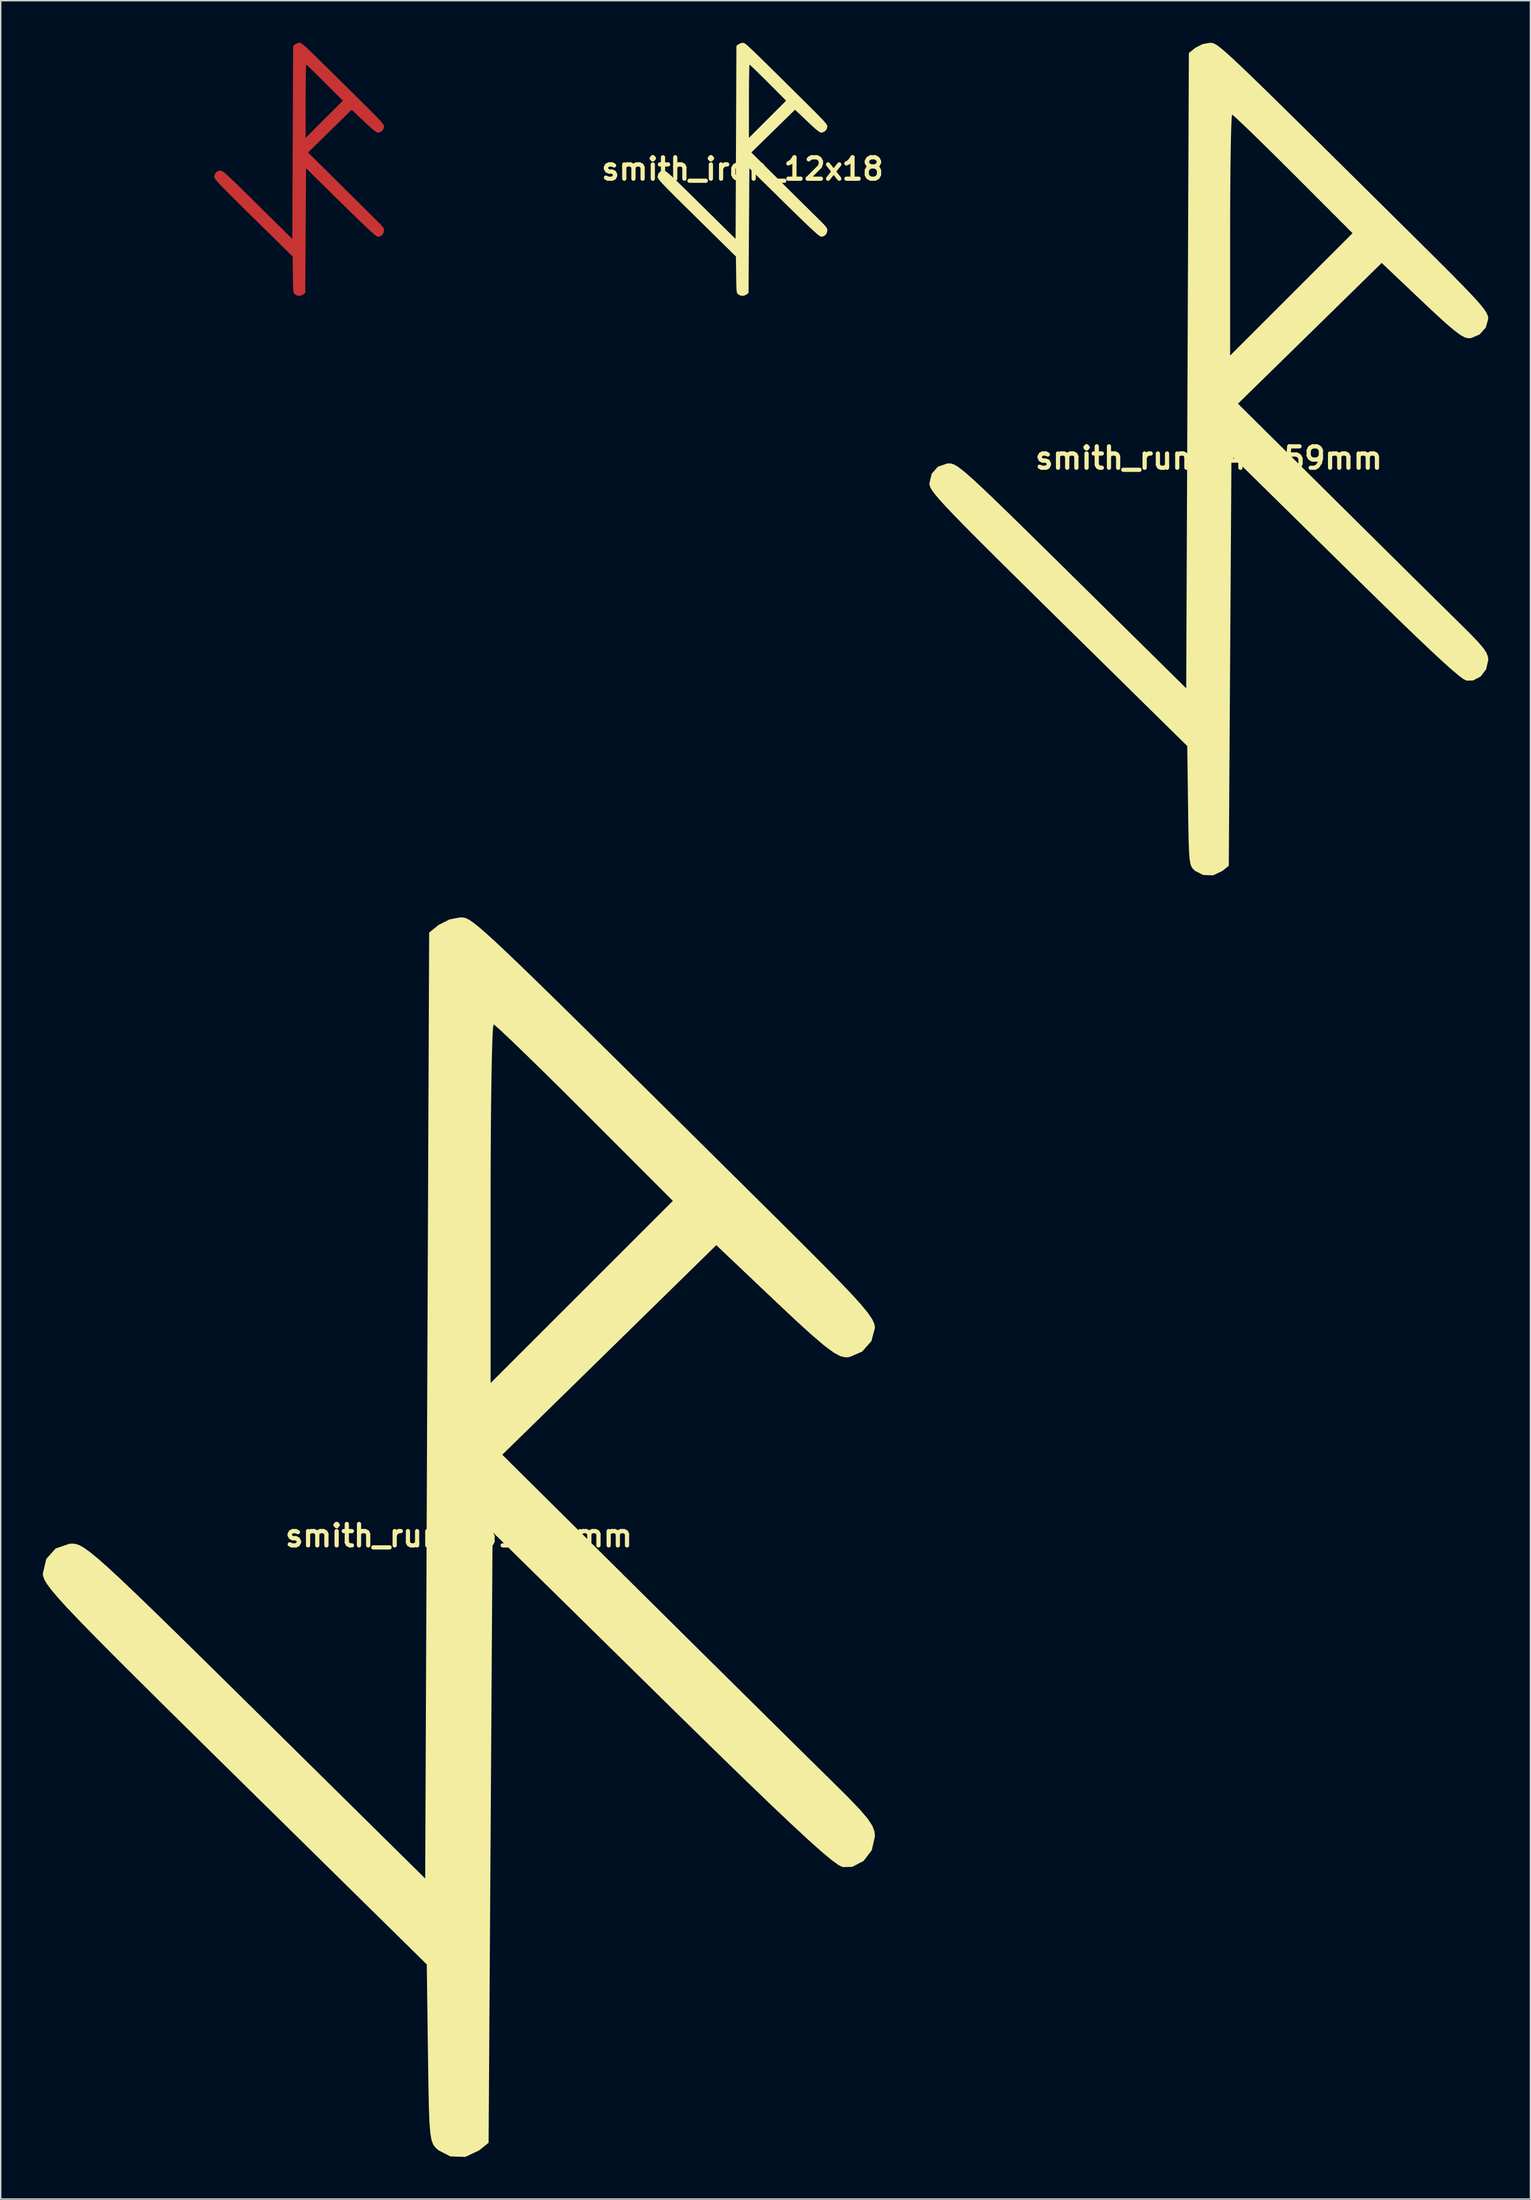
<source format=kicad_pcb>
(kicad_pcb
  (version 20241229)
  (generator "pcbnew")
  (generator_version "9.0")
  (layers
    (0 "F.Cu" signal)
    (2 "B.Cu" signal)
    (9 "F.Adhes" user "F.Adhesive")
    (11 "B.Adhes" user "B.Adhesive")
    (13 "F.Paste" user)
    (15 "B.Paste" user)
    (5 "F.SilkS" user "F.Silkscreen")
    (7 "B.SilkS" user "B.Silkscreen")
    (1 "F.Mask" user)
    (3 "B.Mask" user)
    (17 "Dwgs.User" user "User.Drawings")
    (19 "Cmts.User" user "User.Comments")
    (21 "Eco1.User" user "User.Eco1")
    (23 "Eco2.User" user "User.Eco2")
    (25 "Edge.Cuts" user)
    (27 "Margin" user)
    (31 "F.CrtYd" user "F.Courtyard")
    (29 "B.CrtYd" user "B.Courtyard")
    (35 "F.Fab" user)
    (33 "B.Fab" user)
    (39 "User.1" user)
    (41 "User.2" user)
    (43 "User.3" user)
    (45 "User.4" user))
  (footprint "smith_rune_40x59mm"
    (layer "F.Cu")
    (at 83.046 29.57)
    (property "Reference" "smith_rune_40x59mm" (at 0 0 0) (layer "F.SilkS") (effects (font (size 1.524 1.524) (thickness 0.3))))
    (attr through_hole)
    (fp_poly (pts (xy 0.158 -29.57) (xy 0.256 -29.558) (xy 0.371 -29.521) (xy 0.516 -29.443) (xy 0.71 -29.309) (xy 0.966 -29.104) (xy 1.301 -28.814) (xy 1.731 -28.422) (xy 2.271 -27.915) (xy 2.937 -27.278) (xy 3.745 -26.495) (xy 4.71 -25.551) (xy 5.849 -24.432) (xy 7.177 -23.123) (xy 8.71 -21.608) (xy 10.464 -19.872) (xy 12.454 -17.902) (xy 14.696 -15.681) (xy 14.927 -15.452) (xy 16.234 -14.154) (xy 17.294 -13.093) (xy 18.132 -12.24) (xy 18.774 -11.569) (xy 19.243 -11.051) (xy 19.566 -10.658) (xy 19.766 -10.363) (xy 19.87 -10.138) (xy 19.903 -9.956) (xy 19.903 -9.938) (xy 19.732 -9.305) (xy 19.29 -8.805) (xy 18.685 -8.545) (xy 18.496 -8.53) (xy 18.255 -8.581) (xy 17.931 -8.756) (xy 17.488 -9.083) (xy 16.888 -9.593) (xy 16.094 -10.316) (xy 15.14 -11.213) (xy 12.313 -13.895) (xy 8.573 -10.231) (xy 7.506 -9.186) (xy 6.449 -8.151) (xy 5.457 -7.179) (xy 4.582 -6.322) (xy 3.878 -5.634) (xy 3.454 -5.22) (xy 2.075 -3.873) (xy 8.855 2.85) (xy 10.269 4.251) (xy 11.672 5.641) (xy 13.028 6.983) (xy 14.298 8.24) (xy 15.447 9.376) (xy 16.437 10.354) (xy 17.23 11.136) (xy 17.769 11.667) (xy 18.591 12.482) (xy 19.174 13.089) (xy 19.557 13.537) (xy 19.781 13.877) (xy 19.883 14.156) (xy 19.903 14.376) (xy 19.753 15.037) (xy 19.363 15.553) (xy 18.821 15.839) (xy 18.359 15.851) (xy 18.16 15.754) (xy 17.825 15.51) (xy 17.339 15.104) (xy 16.686 14.521) (xy 15.851 13.747) (xy 14.818 12.767) (xy 13.571 11.566) (xy 12.095 10.129) (xy 10.373 8.443) (xy 9.7 7.781) (xy 1.611 -0.174) (xy 1.516 14.431) (xy 1.422 29.035) (xy 0.974 29.397) (xy 0.31 29.713) (xy -0.406 29.69) (xy -0.974 29.398) (xy -1.119 29.271) (xy -1.229 29.123) (xy -1.31 28.903) (xy -1.368 28.56) (xy -1.408 28.046) (xy -1.436 27.309) (xy -1.457 26.299) (xy -1.476 24.968) (xy -1.479 24.771) (xy -1.536 20.506) (xy -10.72 11.465) (xy -12.53 9.681) (xy -14.088 8.143) (xy -15.412 6.83) (xy -16.522 5.723) (xy -17.434 4.803) (xy -18.169 4.05) (xy -18.745 3.443) (xy -19.18 2.965) (xy -19.493 2.594) (xy -19.704 2.312) (xy -19.829 2.098) (xy -19.89 1.933) (xy -19.903 1.816) (xy -19.739 1.114) (xy -19.292 0.614) (xy -18.632 0.386) (xy -18.483 0.379) (xy -18.332 0.394) (xy -18.158 0.453) (xy -17.939 0.574) (xy -17.652 0.779) (xy -17.277 1.086) (xy -16.791 1.515) (xy -16.174 2.087) (xy -15.403 2.82) (xy -14.458 3.734) (xy -13.316 4.85) (xy -11.956 6.186) (xy -10.356 7.763) (xy -9.723 8.388) (xy -1.611 16.396) (xy -1.476 -15.877) (xy 1.516 -15.877) (xy 1.516 -7.301) (xy 5.876 -11.657) (xy 10.236 -16.014) (xy 6.02 -20.233) (xy 4.981 -21.268) (xy 4.027 -22.211) (xy 3.189 -23.03) (xy 2.502 -23.692) (xy 1.999 -24.166) (xy 1.712 -24.419) (xy 1.66 -24.452) (xy 1.631 -24.269) (xy 1.603 -23.744) (xy 1.578 -22.916) (xy 1.557 -21.822) (xy 1.539 -20.499) (xy 1.526 -18.987) (xy 1.518 -17.321) (xy 1.516 -15.877) (xy -1.476 -15.877) (xy -1.422 -28.845) (xy -0.974 -29.208) (xy -0.448 -29.477) (xy 0.06 -29.57)) (stroke (width 0) (type solid)) (fill yes) (layer "F.SilkS")))
  (footprint "smith_iron_12x18"
    (layer "F.Cu")
    (at 49.831 8.985)
    (property "Reference" "smith_iron_12x18" (at 0 0 0) (layer "F.SilkS") (effects (font (size 1.524 1.524) (thickness 0.3))))
    (attr through_hole)
    (fp_poly (pts (xy 0.048 -8.985) (xy 0.078 -8.981) (xy 0.113 -8.97) (xy 0.157 -8.946) (xy 0.216 -8.906) (xy 0.293 -8.843) (xy 0.395 -8.755) (xy 0.526 -8.636) (xy 0.69 -8.482) (xy 0.892 -8.289) (xy 1.138 -8.051) (xy 1.431 -7.764) (xy 1.777 -7.424) (xy 2.181 -7.026) (xy 2.647 -6.566) (xy 3.18 -6.038) (xy 3.784 -5.44) (xy 4.465 -4.765) (xy 4.536 -4.695) (xy 4.933 -4.301) (xy 5.255 -3.978) (xy 5.51 -3.719) (xy 5.704 -3.515) (xy 5.847 -3.358) (xy 5.945 -3.238) (xy 6.006 -3.149) (xy 6.038 -3.081) (xy 6.048 -3.025) (xy 6.048 -3.02) (xy 5.996 -2.827) (xy 5.861 -2.675) (xy 5.677 -2.596) (xy 5.62 -2.592) (xy 5.547 -2.608) (xy 5.449 -2.661) (xy 5.314 -2.76) (xy 5.132 -2.915) (xy 4.89 -3.134) (xy 4.6 -3.407) (xy 3.741 -4.222) (xy 2.605 -3.109) (xy 2.281 -2.791) (xy 1.96 -2.477) (xy 1.658 -2.181) (xy 1.392 -1.921) (xy 1.178 -1.712) (xy 1.05 -1.586) (xy 0.631 -1.177) (xy 2.691 0.866) (xy 3.12 1.292) (xy 3.547 1.714) (xy 3.958 2.122) (xy 4.345 2.504) (xy 4.694 2.849) (xy 4.994 3.146) (xy 5.235 3.384) (xy 5.399 3.545) (xy 5.649 3.793) (xy 5.826 3.977) (xy 5.943 4.113) (xy 6.01 4.216) (xy 6.041 4.301) (xy 6.048 4.368) (xy 6.002 4.569) (xy 5.884 4.726) (xy 5.719 4.813) (xy 5.579 4.816) (xy 5.518 4.787) (xy 5.416 4.713) (xy 5.268 4.589) (xy 5.07 4.412) (xy 4.816 4.177) (xy 4.503 3.879) (xy 4.124 3.514) (xy 3.675 3.078) (xy 3.152 2.566) (xy 2.947 2.364) (xy 0.49 -0.053) (xy 0.461 4.385) (xy 0.432 8.822) (xy 0.296 8.933) (xy 0.094 9.028) (xy -0.123 9.021) (xy -0.296 8.933) (xy -0.34 8.894) (xy -0.373 8.849) (xy -0.398 8.782) (xy -0.416 8.678) (xy -0.428 8.522) (xy -0.436 8.298) (xy -0.443 7.991) (xy -0.449 7.587) (xy -0.449 7.527) (xy -0.467 6.231) (xy -3.257 3.484) (xy -3.807 2.942) (xy -4.281 2.474) (xy -4.683 2.075) (xy -5.02 1.739) (xy -5.297 1.459) (xy -5.521 1.231) (xy -5.696 1.046) (xy -5.828 0.901) (xy -5.923 0.788) (xy -5.987 0.702) (xy -6.025 0.637) (xy -6.044 0.587) (xy -6.048 0.552) (xy -5.998 0.339) (xy -5.862 0.187) (xy -5.661 0.117) (xy -5.616 0.115) (xy -5.57 0.12) (xy -5.517 0.138) (xy -5.451 0.175) (xy -5.364 0.237) (xy -5.25 0.33) (xy -5.102 0.46) (xy -4.914 0.634) (xy -4.68 0.857) (xy -4.393 1.135) (xy -4.046 1.474) (xy -3.633 1.88) (xy -3.147 2.359) (xy -2.954 2.549) (xy -0.49 4.982) (xy -0.461 -1.891) (xy -0.448 -4.824) (xy 0.461 -4.824) (xy 0.461 -2.218) (xy 1.785 -3.542) (xy 3.11 -4.866) (xy 1.829 -6.148) (xy 1.514 -6.462) (xy 1.224 -6.749) (xy 0.969 -6.998) (xy 0.76 -7.199) (xy 0.607 -7.343) (xy 0.52 -7.42) (xy 0.504 -7.43) (xy 0.495 -7.374) (xy 0.487 -7.215) (xy 0.48 -6.963) (xy 0.473 -6.631) (xy 0.468 -6.229) (xy 0.464 -5.769) (xy 0.461 -5.263) (xy 0.461 -4.824) (xy -0.448 -4.824) (xy -0.432 -8.765) (xy -0.296 -8.875) (xy -0.136 -8.957) (xy 0.018 -8.985)) (stroke (width 0) (type solid)) (fill yes) (layer "F.SilkS")))
  (footprint "smith_rune_59x88mm"
    (layer "F.Cu")
    (at 29.633 106.31)
    (property "Reference" "smith_rune_59x88mm" (at 0 0 0) (layer "F.SilkS") (effects (font (size 1.524 1.524) (thickness 0.3))))
    (attr through_hole)
    (fp_poly (pts (xy 0.235 -44.026) (xy 0.382 -44.009) (xy 0.552 -43.953) (xy 0.769 -43.837) (xy 1.056 -43.638) (xy 1.438 -43.333) (xy 1.937 -42.9) (xy 2.577 -42.318) (xy 3.381 -41.563) (xy 4.373 -40.614) (xy 5.576 -39.448) (xy 7.013 -38.043) (xy 8.709 -36.377) (xy 10.686 -34.427) (xy 12.969 -32.172) (xy 15.58 -29.588) (xy 18.542 -26.654) (xy 21.881 -23.347) (xy 22.225 -23.006) (xy 24.171 -21.074) (xy 25.749 -19.494) (xy 26.997 -18.225) (xy 27.952 -17.225) (xy 28.651 -16.453) (xy 29.131 -15.869) (xy 29.43 -15.43) (xy 29.585 -15.095) (xy 29.633 -14.824) (xy 29.633 -14.797) (xy 29.379 -13.854) (xy 28.721 -13.109) (xy 27.819 -12.722) (xy 27.539 -12.7) (xy 27.18 -12.777) (xy 26.698 -13.037) (xy 26.038 -13.524) (xy 25.145 -14.284) (xy 23.963 -15.359) (xy 22.542 -16.694) (xy 18.333 -20.689) (xy 12.765 -15.233) (xy 11.176 -13.677) (xy 9.602 -12.136) (xy 8.124 -10.688) (xy 6.821 -9.413) (xy 5.774 -8.389) (xy 5.143 -7.772) (xy 3.09 -5.766) (xy 13.184 4.243) (xy 15.289 6.329) (xy 17.378 8.399) (xy 19.397 10.397) (xy 21.289 12.269) (xy 22.999 13.96) (xy 24.472 15.415) (xy 25.653 16.58) (xy 26.456 17.37) (xy 27.68 18.584) (xy 28.548 19.488) (xy 29.119 20.156) (xy 29.451 20.661) (xy 29.603 21.077) (xy 29.633 21.405) (xy 29.41 22.389) (xy 28.83 23.157) (xy 28.023 23.583) (xy 27.335 23.6) (xy 27.038 23.456) (xy 26.539 23.093) (xy 25.816 22.489) (xy 24.844 21.621) (xy 23.601 20.468) (xy 22.062 19.008) (xy 20.206 17.22) (xy 18.008 15.082) (xy 15.445 12.571) (xy 14.442 11.585) (xy 2.399 -0.259) (xy 2.258 21.485) (xy 2.117 43.23) (xy 1.45 43.769) (xy 0.462 44.239) (xy -0.604 44.205) (xy -1.45 43.77) (xy -1.666 43.582) (xy -1.83 43.361) (xy -1.951 43.033) (xy -2.037 42.523) (xy -2.097 41.757) (xy -2.138 40.66) (xy -2.169 39.157) (xy -2.198 37.174) (xy -2.202 36.881) (xy -2.287 30.531) (xy -15.96 17.07) (xy -18.656 14.414) (xy -20.976 12.124) (xy -22.947 10.169) (xy -24.599 8.522) (xy -25.957 7.151) (xy -27.051 6.03) (xy -27.909 5.127) (xy -28.557 4.414) (xy -29.023 3.862) (xy -29.336 3.442) (xy -29.524 3.124) (xy -29.613 2.879) (xy -29.633 2.704) (xy -29.389 1.659) (xy -28.723 0.914) (xy -27.74 0.575) (xy -27.518 0.564) (xy -27.295 0.587) (xy -27.036 0.674) (xy -26.709 0.855) (xy -26.282 1.16) (xy -25.723 1.617) (xy -25 2.256) (xy -24.081 3.107) (xy -22.933 4.198) (xy -21.526 5.56) (xy -19.825 7.221) (xy -17.8 9.21) (xy -15.419 11.558) (xy -14.477 12.488) (xy -2.399 24.412) (xy -2.198 -23.638) (xy 2.258 -23.638) (xy 2.258 -10.87) (xy 8.749 -17.357) (xy 15.24 -23.843) (xy 8.963 -30.125) (xy 7.417 -31.666) (xy 5.995 -33.07) (xy 4.748 -34.288) (xy 3.725 -35.274) (xy 2.976 -35.98) (xy 2.549 -36.357) (xy 2.472 -36.407) (xy 2.428 -36.134) (xy 2.387 -35.353) (xy 2.35 -34.119) (xy 2.318 -32.49) (xy 2.292 -30.521) (xy 2.272 -28.269) (xy 2.261 -25.789) (xy 2.258 -23.638) (xy -2.198 -23.638) (xy -2.117 -42.948) (xy -1.45 -43.487) (xy -0.667 -43.887) (xy 0.089 -44.027)) (stroke (width 0) (type solid)) (fill yes) (layer "F.SilkS")))
  (footprint "smith_iron_12x18_copper_mask"
    (layer "F.Cu")
    (at 18.259 8.985)
    (property "Reference" "smith_iron_12x18_copper_mask" (at 0 0 0) (layer "F.Mask") (effects (font (size 1.524 1.524) (thickness 0.3))))
    (attr through_hole)
    (fp_poly (pts (xy 0.048 -8.985) (xy 0.078 -8.981) (xy 0.113 -8.97) (xy 0.157 -8.946) (xy 0.216 -8.906) (xy 0.293 -8.843) (xy 0.395 -8.755) (xy 0.526 -8.636) (xy 0.69 -8.482) (xy 0.892 -8.289) (xy 1.138 -8.051) (xy 1.431 -7.764) (xy 1.777 -7.424) (xy 2.181 -7.026) (xy 2.647 -6.566) (xy 3.18 -6.038) (xy 3.784 -5.44) (xy 4.465 -4.765) (xy 4.536 -4.695) (xy 4.933 -4.301) (xy 5.255 -3.978) (xy 5.51 -3.719) (xy 5.704 -3.515) (xy 5.847 -3.358) (xy 5.945 -3.238) (xy 6.006 -3.149) (xy 6.038 -3.081) (xy 6.048 -3.025) (xy 6.048 -3.02) (xy 5.996 -2.827) (xy 5.861 -2.675) (xy 5.677 -2.596) (xy 5.62 -2.592) (xy 5.547 -2.608) (xy 5.449 -2.661) (xy 5.314 -2.76) (xy 5.132 -2.915) (xy 4.89 -3.134) (xy 4.6 -3.407) (xy 3.741 -4.222) (xy 2.605 -3.109) (xy 2.281 -2.791) (xy 1.96 -2.477) (xy 1.658 -2.181) (xy 1.392 -1.921) (xy 1.178 -1.712) (xy 1.05 -1.586) (xy 0.631 -1.177) (xy 2.691 0.866) (xy 3.12 1.292) (xy 3.547 1.714) (xy 3.958 2.122) (xy 4.345 2.504) (xy 4.694 2.849) (xy 4.994 3.146) (xy 5.235 3.384) (xy 5.399 3.545) (xy 5.649 3.793) (xy 5.826 3.977) (xy 5.943 4.113) (xy 6.01 4.216) (xy 6.041 4.301) (xy 6.048 4.368) (xy 6.002 4.569) (xy 5.884 4.726) (xy 5.719 4.813) (xy 5.579 4.816) (xy 5.518 4.787) (xy 5.416 4.713) (xy 5.268 4.589) (xy 5.07 4.412) (xy 4.816 4.177) (xy 4.503 3.879) (xy 4.124 3.514) (xy 3.675 3.078) (xy 3.152 2.566) (xy 2.947 2.364) (xy 0.49 -0.053) (xy 0.461 4.385) (xy 0.432 8.822) (xy 0.296 8.933) (xy 0.094 9.028) (xy -0.123 9.021) (xy -0.296 8.933) (xy -0.34 8.894) (xy -0.373 8.849) (xy -0.398 8.782) (xy -0.416 8.678) (xy -0.428 8.522) (xy -0.436 8.298) (xy -0.443 7.991) (xy -0.449 7.587) (xy -0.449 7.527) (xy -0.467 6.231) (xy -3.257 3.484) (xy -3.807 2.942) (xy -4.281 2.474) (xy -4.683 2.075) (xy -5.02 1.739) (xy -5.297 1.459) (xy -5.521 1.231) (xy -5.696 1.046) (xy -5.828 0.901) (xy -5.923 0.788) (xy -5.987 0.702) (xy -6.025 0.637) (xy -6.044 0.587) (xy -6.048 0.552) (xy -5.998 0.339) (xy -5.862 0.187) (xy -5.661 0.117) (xy -5.616 0.115) (xy -5.57 0.12) (xy -5.517 0.138) (xy -5.451 0.175) (xy -5.364 0.237) (xy -5.25 0.33) (xy -5.102 0.46) (xy -4.914 0.634) (xy -4.68 0.857) (xy -4.393 1.135) (xy -4.046 1.474) (xy -3.633 1.88) (xy -3.147 2.359) (xy -2.954 2.549) (xy -0.49 4.982) (xy -0.461 -1.891) (xy -0.448 -4.824) (xy 0.461 -4.824) (xy 0.461 -2.218) (xy 1.785 -3.542) (xy 3.11 -4.866) (xy 1.829 -6.148) (xy 1.514 -6.462) (xy 1.224 -6.749) (xy 0.969 -6.998) (xy 0.76 -7.199) (xy 0.607 -7.343) (xy 0.52 -7.42) (xy 0.504 -7.43) (xy 0.495 -7.374) (xy 0.487 -7.215) (xy 0.48 -6.963) (xy 0.473 -6.631) (xy 0.468 -6.229) (xy 0.464 -5.769) (xy 0.461 -5.263) (xy 0.461 -4.824) (xy -0.448 -4.824) (xy -0.432 -8.765) (xy -0.296 -8.875) (xy -0.136 -8.957) (xy 0.018 -8.985)) (stroke (width 0) (type solid)) (fill yes) (layer "F.Cu"))
    (fp_poly (pts (xy 0.048 -8.985) (xy 0.078 -8.981) (xy 0.113 -8.97) (xy 0.157 -8.946) (xy 0.216 -8.906) (xy 0.293 -8.843) (xy 0.395 -8.755) (xy 0.526 -8.636) (xy 0.69 -8.482) (xy 0.892 -8.289) (xy 1.138 -8.051) (xy 1.431 -7.764) (xy 1.777 -7.424) (xy 2.181 -7.026) (xy 2.647 -6.566) (xy 3.18 -6.038) (xy 3.784 -5.44) (xy 4.465 -4.765) (xy 4.536 -4.695) (xy 4.933 -4.301) (xy 5.255 -3.978) (xy 5.51 -3.719) (xy 5.704 -3.515) (xy 5.847 -3.358) (xy 5.945 -3.238) (xy 6.006 -3.149) (xy 6.038 -3.081) (xy 6.048 -3.025) (xy 6.048 -3.02) (xy 5.996 -2.827) (xy 5.861 -2.675) (xy 5.677 -2.596) (xy 5.62 -2.592) (xy 5.547 -2.608) (xy 5.449 -2.661) (xy 5.314 -2.76) (xy 5.132 -2.915) (xy 4.89 -3.134) (xy 4.6 -3.407) (xy 3.741 -4.222) (xy 2.605 -3.109) (xy 2.281 -2.791) (xy 1.96 -2.477) (xy 1.658 -2.181) (xy 1.392 -1.921) (xy 1.178 -1.712) (xy 1.05 -1.586) (xy 0.631 -1.177) (xy 2.691 0.866) (xy 3.12 1.292) (xy 3.547 1.714) (xy 3.958 2.122) (xy 4.345 2.504) (xy 4.694 2.849) (xy 4.994 3.146) (xy 5.235 3.384) (xy 5.399 3.545) (xy 5.649 3.793) (xy 5.826 3.977) (xy 5.943 4.113) (xy 6.01 4.216) (xy 6.041 4.301) (xy 6.048 4.368) (xy 6.002 4.569) (xy 5.884 4.726) (xy 5.719 4.813) (xy 5.579 4.816) (xy 5.518 4.787) (xy 5.416 4.713) (xy 5.268 4.589) (xy 5.07 4.412) (xy 4.816 4.177) (xy 4.503 3.879) (xy 4.124 3.514) (xy 3.675 3.078) (xy 3.152 2.566) (xy 2.947 2.364) (xy 0.49 -0.053) (xy 0.461 4.385) (xy 0.432 8.822) (xy 0.296 8.933) (xy 0.094 9.028) (xy -0.123 9.021) (xy -0.296 8.933) (xy -0.34 8.894) (xy -0.373 8.849) (xy -0.398 8.782) (xy -0.416 8.678) (xy -0.428 8.522) (xy -0.436 8.298) (xy -0.443 7.991) (xy -0.449 7.587) (xy -0.449 7.527) (xy -0.467 6.231) (xy -3.257 3.484) (xy -3.807 2.942) (xy -4.281 2.474) (xy -4.683 2.075) (xy -5.02 1.739) (xy -5.297 1.459) (xy -5.521 1.231) (xy -5.696 1.046) (xy -5.828 0.901) (xy -5.923 0.788) (xy -5.987 0.702) (xy -6.025 0.637) (xy -6.044 0.587) (xy -6.048 0.552) (xy -5.998 0.339) (xy -5.862 0.187) (xy -5.661 0.117) (xy -5.616 0.115) (xy -5.57 0.12) (xy -5.517 0.138) (xy -5.451 0.175) (xy -5.364 0.237) (xy -5.25 0.33) (xy -5.102 0.46) (xy -4.914 0.634) (xy -4.68 0.857) (xy -4.393 1.135) (xy -4.046 1.474) (xy -3.633 1.88) (xy -3.147 2.359) (xy -2.954 2.549) (xy -0.49 4.982) (xy -0.461 -1.891) (xy -0.448 -4.824) (xy 0.461 -4.824) (xy 0.461 -2.218) (xy 1.785 -3.542) (xy 3.11 -4.866) (xy 1.829 -6.148) (xy 1.514 -6.462) (xy 1.224 -6.749) (xy 0.969 -6.998) (xy 0.76 -7.199) (xy 0.607 -7.343) (xy 0.52 -7.42) (xy 0.504 -7.43) (xy 0.495 -7.374) (xy 0.487 -7.215) (xy 0.48 -6.963) (xy 0.473 -6.631) (xy 0.468 -6.229) (xy 0.464 -5.769) (xy 0.461 -5.263) (xy 0.461 -4.824) (xy -0.448 -4.824) (xy -0.432 -8.765) (xy -0.296 -8.875) (xy -0.136 -8.957) (xy 0.018 -8.985)) (stroke (width 0) (type solid)) (fill yes) (layer "F.Mask")))
  (gr_rect
    (start -3 -3)
    (end 105.949 153.549)
    (stroke (width 0.1) (type default))
    (fill no)
    (layer "Edge.Cuts")))
</source>
